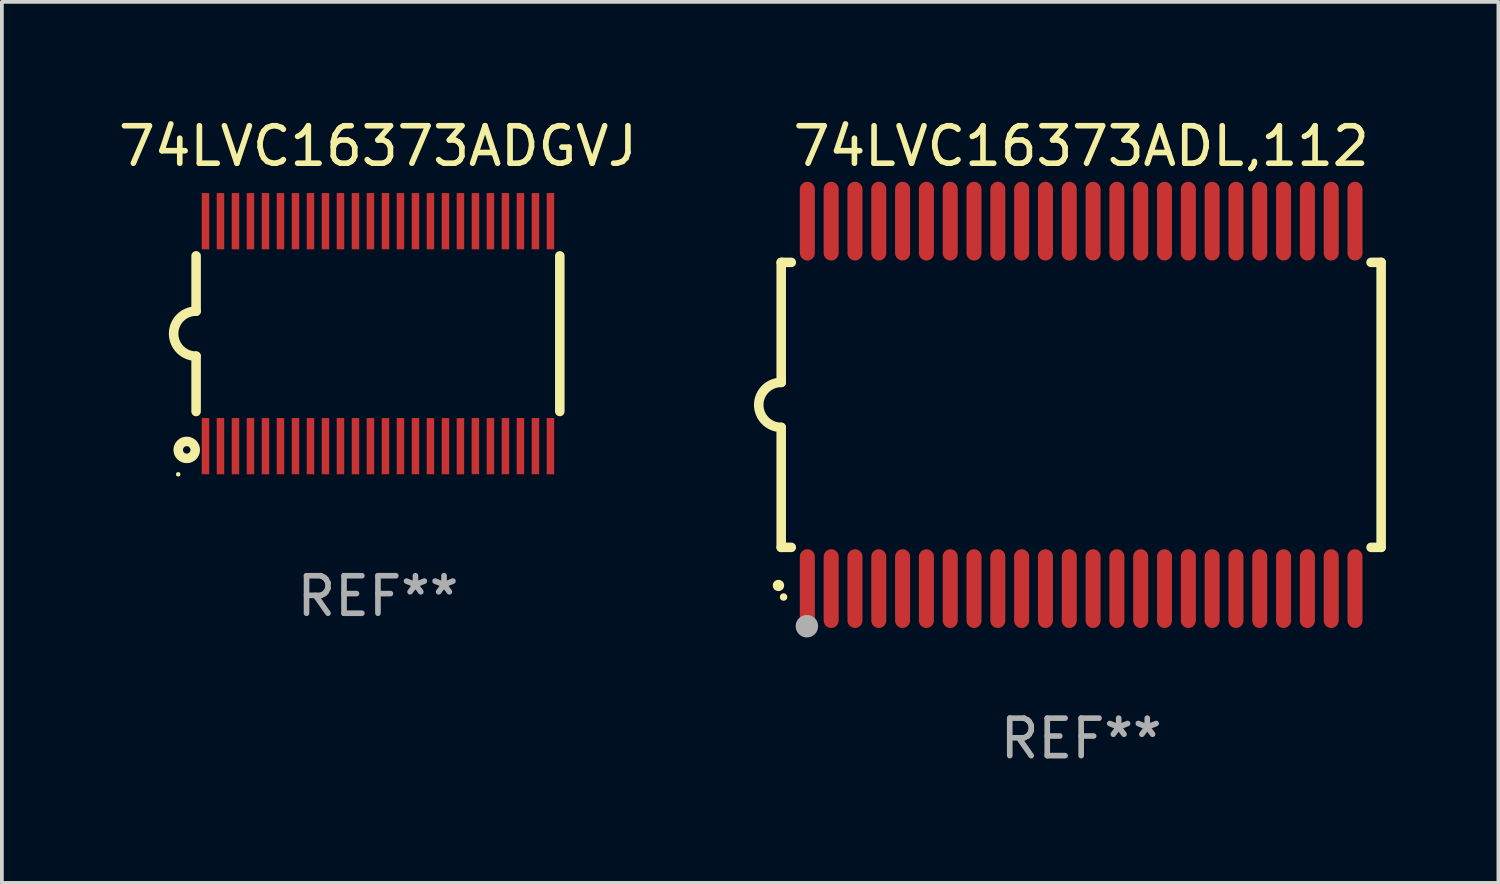
<source format=kicad_pcb>
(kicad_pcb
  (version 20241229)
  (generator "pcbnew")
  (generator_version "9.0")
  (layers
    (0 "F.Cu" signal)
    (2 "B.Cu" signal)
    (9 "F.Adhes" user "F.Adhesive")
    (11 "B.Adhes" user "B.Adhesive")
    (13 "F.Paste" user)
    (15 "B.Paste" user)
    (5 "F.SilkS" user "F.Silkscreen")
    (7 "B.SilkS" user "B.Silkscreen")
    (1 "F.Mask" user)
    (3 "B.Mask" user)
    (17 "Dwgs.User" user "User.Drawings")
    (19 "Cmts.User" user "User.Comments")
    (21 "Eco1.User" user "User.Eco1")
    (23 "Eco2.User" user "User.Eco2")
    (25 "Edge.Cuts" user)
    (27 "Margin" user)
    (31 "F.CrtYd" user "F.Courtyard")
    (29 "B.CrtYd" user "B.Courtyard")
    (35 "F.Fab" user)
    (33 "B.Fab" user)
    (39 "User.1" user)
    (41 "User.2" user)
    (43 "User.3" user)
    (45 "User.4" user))
  (footprint "74LVC16373ADGVJ"
    (layer "F.Cu")
    (at 7.03 5.849)
    (property "Reference" "74LVC16373ADGVJ" (at 0 -5.001 0) (layer "F.SilkS") (effects (font (size 1 1) (thickness 0.15))))
    (attr through_hole)
    (fp_line (start -4.85 -2.076) (end -4.85 -0.6) (stroke (width 0.254) (type solid)) (layer "F.SilkS"))
    (fp_line (start -4.85 2.076) (end -4.85 0.6) (stroke (width 0.254) (type solid)) (layer "F.SilkS"))
    (fp_line (start 4.85 -2.075) (end 4.85 2.075) (stroke (width 0.254) (type solid)) (layer "F.SilkS"))
    (fp_arc (start -4.850013 0.6) (mid -5.449099 -0.0008) (end -4.848869 -0.600457) (stroke (width 0.254001) (type solid)) (layer "F.SilkS"))
    (fp_circle (center -5.327 3.751) (end -5.297 3.751) (stroke (width 0.06) (type solid)) (fill no) (layer "F.SilkS"))
    (fp_circle (center -5.1 3.1) (end -5 3.1) (stroke (width 0.254) (type solid)) (fill no) (layer "F.SilkS"))
    (fp_text user "REF**" (at 0 7.001 0) (layer "F.Fab") (effects (font (size 1 1) (thickness 0.15))))
    (pad "1" smd rect (at -4.6 3) (size 0.2 1.5) (layers "F.Cu" "F.Mask" "F.Paste"))
    (pad "2" smd rect (at -4.2 3) (size 0.2 1.5) (layers "F.Cu" "F.Mask" "F.Paste"))
    (pad "3" smd rect (at -3.8 3) (size 0.2 1.5) (layers "F.Cu" "F.Mask" "F.Paste"))
    (pad "4" smd rect (at -3.4 3) (size 0.2 1.5) (layers "F.Cu" "F.Mask" "F.Paste"))
    (pad "5" smd rect (at -3 3.001) (size 0.2 1.5) (layers "F.Cu" "F.Mask" "F.Paste"))
    (pad "6" smd rect (at -2.6 3) (size 0.2 1.5) (layers "F.Cu" "F.Mask" "F.Paste"))
    (pad "7" smd rect (at -2.2 3) (size 0.2 1.5) (layers "F.Cu" "F.Mask" "F.Paste"))
    (pad "8" smd rect (at -1.8 3) (size 0.2 1.5) (layers "F.Cu" "F.Mask" "F.Paste"))
    (pad "9" smd rect (at -1.4 3) (size 0.2 1.5) (layers "F.Cu" "F.Mask" "F.Paste"))
    (pad "10" smd rect (at -1 3) (size 0.2 1.5) (layers "F.Cu" "F.Mask" "F.Paste"))
    (pad "11" smd rect (at -0.6 3) (size 0.2 1.5) (layers "F.Cu" "F.Mask" "F.Paste"))
    (pad "12" smd rect (at -0.2 3) (size 0.2 1.5) (layers "F.Cu" "F.Mask" "F.Paste"))
    (pad "13" smd rect (at 0.2 3) (size 0.2 1.5) (layers "F.Cu" "F.Mask" "F.Paste"))
    (pad "14" smd rect (at 0.6 3) (size 0.2 1.5) (layers "F.Cu" "F.Mask" "F.Paste"))
    (pad "15" smd rect (at 1 3) (size 0.2 1.5) (layers "F.Cu" "F.Mask" "F.Paste"))
    (pad "16" smd rect (at 1.4 3) (size 0.2 1.5) (layers "F.Cu" "F.Mask" "F.Paste"))
    (pad "17" smd rect (at 1.8 3) (size 0.2 1.5) (layers "F.Cu" "F.Mask" "F.Paste"))
    (pad "18" smd rect (at 2.2 3.001) (size 0.2 1.5) (layers "F.Cu" "F.Mask" "F.Paste"))
    (pad "19" smd rect (at 2.598 2.998) (size 0.2 1.5) (layers "F.Cu" "F.Mask" "F.Paste"))
    (pad "20" smd rect (at 3 3) (size 0.2 1.5) (layers "F.Cu" "F.Mask" "F.Paste"))
    (pad "21" smd rect (at 3.4 3) (size 0.2 1.5) (layers "F.Cu" "F.Mask" "F.Paste"))
    (pad "22" smd rect (at 3.8 2.998) (size 0.2 1.5) (layers "F.Cu" "F.Mask" "F.Paste"))
    (pad "23" smd rect (at 4.2 3) (size 0.2 1.5) (layers "F.Cu" "F.Mask" "F.Paste"))
    (pad "24" smd rect (at 4.6 3) (size 0.2 1.5) (layers "F.Cu" "F.Mask" "F.Paste"))
    (pad "25" smd rect (at 4.6 -3) (size 0.2 1.5) (layers "F.Cu" "F.Mask" "F.Paste"))
    (pad "26" smd rect (at 4.2 -3) (size 0.2 1.5) (layers "F.Cu" "F.Mask" "F.Paste"))
    (pad "27" smd rect (at 3.8 -3) (size 0.2 1.5) (layers "F.Cu" "F.Mask" "F.Paste"))
    (pad "28" smd rect (at 3.4 -3) (size 0.2 1.5) (layers "F.Cu" "F.Mask" "F.Paste"))
    (pad "29" smd rect (at 3 -3) (size 0.2 1.5) (layers "F.Cu" "F.Mask" "F.Paste"))
    (pad "30" smd rect (at 2.6 -3) (size 0.2 1.5) (layers "F.Cu" "F.Mask" "F.Paste"))
    (pad "31" smd rect (at 2.2 -3) (size 0.2 1.5) (layers "F.Cu" "F.Mask" "F.Paste"))
    (pad "32" smd rect (at 1.8 -3) (size 0.2 1.5) (layers "F.Cu" "F.Mask" "F.Paste"))
    (pad "33" smd rect (at 1.4 -3) (size 0.2 1.5) (layers "F.Cu" "F.Mask" "F.Paste"))
    (pad "34" smd rect (at 1 -3) (size 0.2 1.5) (layers "F.Cu" "F.Mask" "F.Paste"))
    (pad "35" smd rect (at 0.6 -3) (size 0.2 1.5) (layers "F.Cu" "F.Mask" "F.Paste"))
    (pad "36" smd rect (at 0.201 -3.001) (size 0.2 1.5) (layers "F.Cu" "F.Mask" "F.Paste"))
    (pad "37" smd rect (at -0.2 -3) (size 0.2 1.5) (layers "F.Cu" "F.Mask" "F.Paste"))
    (pad "38" smd rect (at -0.6 -3) (size 0.2 1.5) (layers "F.Cu" "F.Mask" "F.Paste"))
    (pad "39" smd rect (at -1 -3) (size 0.2 1.5) (layers "F.Cu" "F.Mask" "F.Paste"))
    (pad "40" smd rect (at -1.4 -3) (size 0.2 1.5) (layers "F.Cu" "F.Mask" "F.Paste"))
    (pad "41" smd rect (at -1.8 -3) (size 0.2 1.5) (layers "F.Cu" "F.Mask" "F.Paste"))
    (pad "42" smd rect (at -2.2 -3) (size 0.2 1.5) (layers "F.Cu" "F.Mask" "F.Paste"))
    (pad "43" smd rect (at -2.6 -3) (size 0.2 1.5) (layers "F.Cu" "F.Mask" "F.Paste"))
    (pad "44" smd rect (at -3 -3) (size 0.2 1.5) (layers "F.Cu" "F.Mask" "F.Paste"))
    (pad "45" smd rect (at -3.4 -3) (size 0.2 1.5) (layers "F.Cu" "F.Mask" "F.Paste"))
    (pad "46" smd rect (at -3.8 -3) (size 0.2 1.5) (layers "F.Cu" "F.Mask" "F.Paste"))
    (pad "47" smd rect (at -4.2 -3) (size 0.2 1.5) (layers "F.Cu" "F.Mask" "F.Paste"))
    (pad "48" smd rect (at -4.6 -3) (size 0.2 1.5) (layers "F.Cu" "F.Mask" "F.Paste")))
  (footprint "74LVC16373ADL,112"
    (layer "F.Cu")
    (at 25.785 7.748)
    (property "Reference" "74LVC16373ADL,112" (at 0 -6.9 0) (layer "F.SilkS") (effects (font (size 1 1) (thickness 0.15))))
    (attr through_hole)
    (fp_line (start -8 -3.8) (end -8 -0.599) (stroke (width 0.254) (type solid)) (layer "F.SilkS"))
    (fp_line (start -8 -3.8) (end -7.731 -3.8) (stroke (width 0.254) (type solid)) (layer "F.SilkS"))
    (fp_line (start -8 3.8) (end -8 0.599) (stroke (width 0.254) (type solid)) (layer "F.SilkS"))
    (fp_line (start -7.731 3.8) (end -8 3.8) (stroke (width 0.254) (type solid)) (layer "F.SilkS"))
    (fp_line (start 7.731 -3.8) (end 8 -3.8) (stroke (width 0.254) (type solid)) (layer "F.SilkS"))
    (fp_line (start 8 -3.8) (end 8 3.8) (stroke (width 0.254) (type solid)) (layer "F.SilkS"))
    (fp_line (start 8 3.8) (end 7.731 3.8) (stroke (width 0.254) (type solid)) (layer "F.SilkS"))
    (fp_arc (start -8.074676 4.81585) (mid -8.073406 4.815845) (end -8.072136 4.81585) (stroke (width 0.3) (type solid)) (layer "F.SilkS"))
    (fp_arc (start -8.000025 0.6) (mid -8.598908 0.00056) (end -8.000027 -0.598882) (stroke (width 0.254001) (type solid)) (layer "F.SilkS"))
    (fp_circle (center -7.937 5.125) (end -7.887 5.125) (stroke (width 0.1) (type solid)) (fill no) (layer "F.SilkS"))
    (fp_circle (center -7.315 5.903) (end -7.165 5.903) (stroke (width 0.3) (type solid)) (fill no) (layer "F.Fab"))
    (fp_text user "REF**" (at 0 8.9 0) (layer "F.Fab") (effects (font (size 1 1) (thickness 0.15))))
    (pad "1" smd oval (at -7.303 4.9) (size 0.4 2.1) (layers "F.Cu" "F.Mask" "F.Paste"))
    (pad "2" smd oval (at -6.668 4.9) (size 0.4 2.1) (layers "F.Cu" "F.Mask" "F.Paste"))
    (pad "3" smd oval (at -6.033 4.9) (size 0.4 2.1) (layers "F.Cu" "F.Mask" "F.Paste"))
    (pad "4" smd oval (at -5.398 4.9) (size 0.4 2.1) (layers "F.Cu" "F.Mask" "F.Paste"))
    (pad "5" smd oval (at -4.763 4.9) (size 0.4 2.1) (layers "F.Cu" "F.Mask" "F.Paste"))
    (pad "6" smd oval (at -4.128 4.9) (size 0.4 2.1) (layers "F.Cu" "F.Mask" "F.Paste"))
    (pad "7" smd oval (at -3.493 4.9) (size 0.4 2.1) (layers "F.Cu" "F.Mask" "F.Paste"))
    (pad "8" smd oval (at -2.858 4.9) (size 0.4 2.1) (layers "F.Cu" "F.Mask" "F.Paste"))
    (pad "9" smd oval (at -2.223 4.9) (size 0.4 2.1) (layers "F.Cu" "F.Mask" "F.Paste"))
    (pad "10" smd oval (at -1.588 4.9) (size 0.4 2.1) (layers "F.Cu" "F.Mask" "F.Paste"))
    (pad "11" smd oval (at -0.953 4.9) (size 0.4 2.1) (layers "F.Cu" "F.Mask" "F.Paste"))
    (pad "12" smd oval (at -0.318 4.9) (size 0.4 2.1) (layers "F.Cu" "F.Mask" "F.Paste"))
    (pad "13" smd oval (at 0.318 4.9) (size 0.4 2.1) (layers "F.Cu" "F.Mask" "F.Paste"))
    (pad "14" smd oval (at 0.953 4.9) (size 0.4 2.1) (layers "F.Cu" "F.Mask" "F.Paste"))
    (pad "15" smd oval (at 1.588 4.9) (size 0.4 2.1) (layers "F.Cu" "F.Mask" "F.Paste"))
    (pad "16" smd oval (at 2.223 4.9) (size 0.4 2.1) (layers "F.Cu" "F.Mask" "F.Paste"))
    (pad "17" smd oval (at 2.858 4.9) (size 0.4 2.1) (layers "F.Cu" "F.Mask" "F.Paste"))
    (pad "18" smd oval (at 3.493 4.9) (size 0.4 2.1) (layers "F.Cu" "F.Mask" "F.Paste"))
    (pad "19" smd oval (at 4.128 4.9) (size 0.4 2.1) (layers "F.Cu" "F.Mask" "F.Paste"))
    (pad "20" smd oval (at 4.763 4.9) (size 0.4 2.1) (layers "F.Cu" "F.Mask" "F.Paste"))
    (pad "21" smd oval (at 5.398 4.9) (size 0.4 2.1) (layers "F.Cu" "F.Mask" "F.Paste"))
    (pad "22" smd oval (at 6.033 4.9) (size 0.4 2.1) (layers "F.Cu" "F.Mask" "F.Paste"))
    (pad "23" smd oval (at 6.668 4.9) (size 0.4 2.1) (layers "F.Cu" "F.Mask" "F.Paste"))
    (pad "24" smd oval (at 7.303 4.9) (size 0.4 2.1) (layers "F.Cu" "F.Mask" "F.Paste"))
    (pad "25" smd oval (at 7.303 -4.9 180) (size 0.4 2.1) (layers "F.Cu" "F.Mask" "F.Paste"))
    (pad "26" smd oval (at 6.668 -4.9 180) (size 0.4 2.1) (layers "F.Cu" "F.Mask" "F.Paste"))
    (pad "27" smd oval (at 6.033 -4.9 180) (size 0.4 2.1) (layers "F.Cu" "F.Mask" "F.Paste"))
    (pad "28" smd oval (at 5.398 -4.9 180) (size 0.4 2.1) (layers "F.Cu" "F.Mask" "F.Paste"))
    (pad "29" smd oval (at 4.763 -4.9 180) (size 0.4 2.1) (layers "F.Cu" "F.Mask" "F.Paste"))
    (pad "30" smd oval (at 4.128 -4.9 180) (size 0.4 2.1) (layers "F.Cu" "F.Mask" "F.Paste"))
    (pad "31" smd oval (at 3.493 -4.9 180) (size 0.4 2.1) (layers "F.Cu" "F.Mask" "F.Paste"))
    (pad "32" smd oval (at 2.858 -4.9 180) (size 0.4 2.1) (layers "F.Cu" "F.Mask" "F.Paste"))
    (pad "33" smd oval (at 2.223 -4.9 180) (size 0.4 2.1) (layers "F.Cu" "F.Mask" "F.Paste"))
    (pad "34" smd oval (at 1.588 -4.9 180) (size 0.4 2.1) (layers "F.Cu" "F.Mask" "F.Paste"))
    (pad "35" smd oval (at 0.953 -4.9 180) (size 0.4 2.1) (layers "F.Cu" "F.Mask" "F.Paste"))
    (pad "36" smd oval (at 0.318 -4.9 180) (size 0.4 2.1) (layers "F.Cu" "F.Mask" "F.Paste"))
    (pad "37" smd oval (at -0.318 -4.9 180) (size 0.4 2.1) (layers "F.Cu" "F.Mask" "F.Paste"))
    (pad "38" smd oval (at -0.953 -4.9 180) (size 0.4 2.1) (layers "F.Cu" "F.Mask" "F.Paste"))
    (pad "39" smd oval (at -1.588 -4.9 180) (size 0.4 2.1) (layers "F.Cu" "F.Mask" "F.Paste"))
    (pad "40" smd oval (at -2.223 -4.9 180) (size 0.4 2.1) (layers "F.Cu" "F.Mask" "F.Paste"))
    (pad "41" smd oval (at -2.858 -4.9 180) (size 0.4 2.1) (layers "F.Cu" "F.Mask" "F.Paste"))
    (pad "42" smd oval (at -3.493 -4.9 180) (size 0.4 2.1) (layers "F.Cu" "F.Mask" "F.Paste"))
    (pad "43" smd oval (at -4.128 -4.9 180) (size 0.4 2.1) (layers "F.Cu" "F.Mask" "F.Paste"))
    (pad "44" smd oval (at -4.763 -4.9 180) (size 0.4 2.1) (layers "F.Cu" "F.Mask" "F.Paste"))
    (pad "45" smd oval (at -5.398 -4.9 180) (size 0.4 2.1) (layers "F.Cu" "F.Mask" "F.Paste"))
    (pad "46" smd oval (at -6.033 -4.9 180) (size 0.4 2.1) (layers "F.Cu" "F.Mask" "F.Paste"))
    (pad "47" smd oval (at -6.668 -4.9 180) (size 0.4 2.1) (layers "F.Cu" "F.Mask" "F.Paste"))
    (pad "48" smd oval (at -7.303 -4.9 180) (size 0.4 2.1) (layers "F.Cu" "F.Mask" "F.Paste")))
  (gr_rect
    (start -3 -3)
    (end 36.912 20.496)
    (stroke (width 0.1) (type default))
    (fill no)
    (layer "Edge.Cuts")))
</source>
